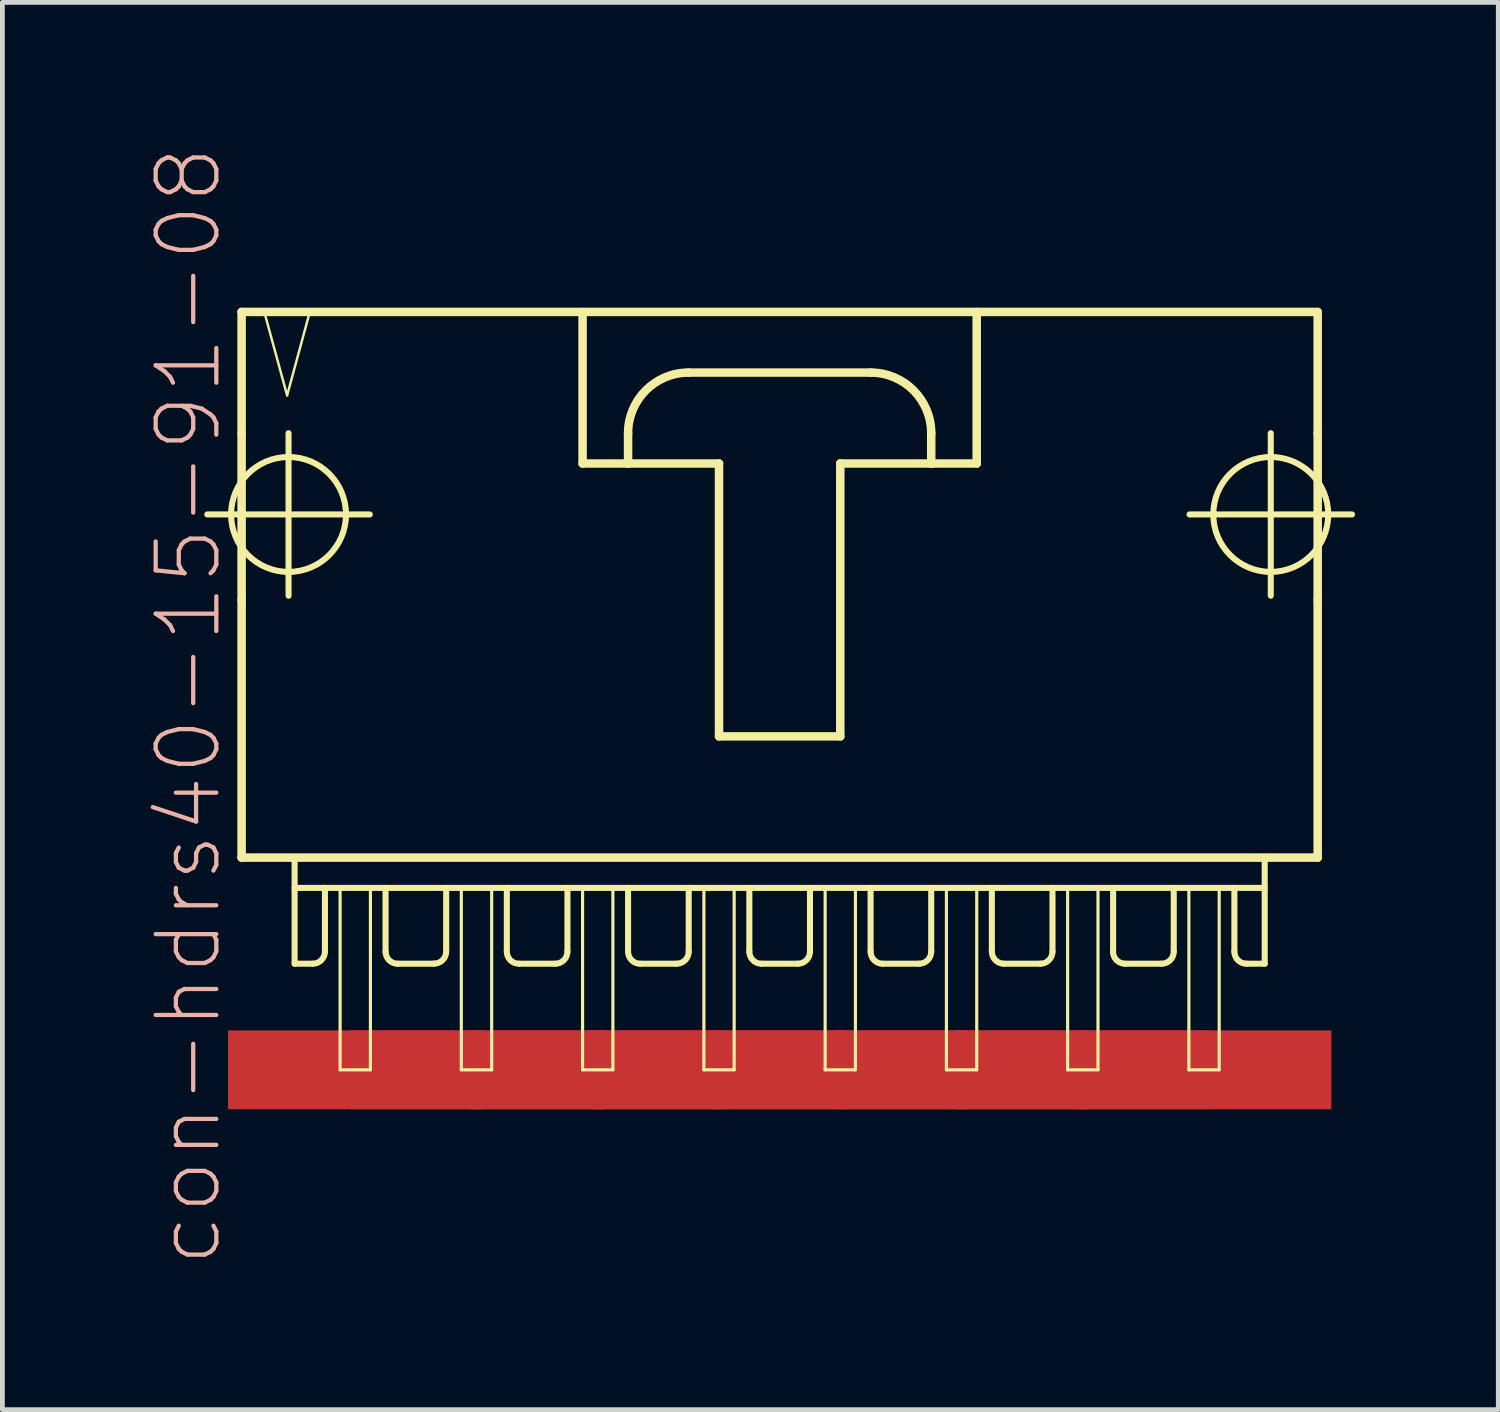
<source format=kicad_pcb>
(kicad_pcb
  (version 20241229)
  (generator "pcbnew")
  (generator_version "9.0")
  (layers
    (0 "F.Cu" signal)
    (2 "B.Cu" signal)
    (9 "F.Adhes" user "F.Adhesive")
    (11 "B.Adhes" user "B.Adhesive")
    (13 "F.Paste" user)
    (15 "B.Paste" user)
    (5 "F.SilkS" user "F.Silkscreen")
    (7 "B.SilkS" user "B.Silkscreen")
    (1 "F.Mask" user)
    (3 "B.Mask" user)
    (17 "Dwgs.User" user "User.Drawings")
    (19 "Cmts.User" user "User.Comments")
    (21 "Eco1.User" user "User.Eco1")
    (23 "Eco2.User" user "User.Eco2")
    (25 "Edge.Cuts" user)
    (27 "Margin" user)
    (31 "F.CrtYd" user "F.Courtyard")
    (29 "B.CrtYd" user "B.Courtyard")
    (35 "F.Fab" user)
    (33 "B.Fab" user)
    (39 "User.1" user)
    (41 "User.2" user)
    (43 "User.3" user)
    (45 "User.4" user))
  (footprint "con-hdrs40-15-91-08"
    (layer "F.Cu")
    (at 13.281 8.564)
    (property "Reference" "con-hdrs40-15-91-08" (at -12.383 3.175 90) (layer "B.SilkS") (effects (font (size 1.27 1.27) (thickness 0.089))))
    (attr smd)
    (fp_line (start -11.989 -0.838) (end -8.585 -0.838) (stroke (width 0.127) (type solid)) (layer "F.SilkS"))
    (fp_line (start -11.27 -5.08) (end -11.27 -2.54) (stroke (width 0.178) (type solid)) (layer "F.SilkS"))
    (fp_line (start -11.27 -2.54) (end -11.27 0.953) (stroke (width 0.178) (type solid)) (layer "F.SilkS"))
    (fp_line (start -11.27 0.953) (end -11.27 6.35) (stroke (width 0.178) (type solid)) (layer "F.SilkS"))
    (fp_line (start -11.27 6.35) (end 11.27 6.35) (stroke (width 0.178) (type solid)) (layer "F.SilkS"))
    (fp_line (start -10.795 -5.08) (end -10.317 -3.332) (stroke (width 0.051) (type solid)) (layer "F.SilkS"))
    (fp_line (start -10.317 -3.332) (end -9.842 -5.08) (stroke (width 0.051) (type solid)) (layer "F.SilkS"))
    (fp_line (start -10.287 0.864) (end -10.287 -2.54) (stroke (width 0.127) (type solid)) (layer "F.SilkS"))
    (fp_line (start -10.16 6.35) (end -10.16 8.572) (stroke (width 0.127) (type solid)) (layer "F.SilkS"))
    (fp_line (start -10.16 6.985) (end -9.525 6.985) (stroke (width 0.127) (type solid)) (layer "F.SilkS"))
    (fp_line (start -9.842 -5.08) (end -10.795 -5.08) (stroke (width 0.051) (type solid)) (layer "F.SilkS"))
    (fp_line (start -9.779 8.572) (end -10.16 8.572) (stroke (width 0.127) (type solid)) (layer "F.SilkS"))
    (fp_line (start -9.525 6.985) (end -9.525 8.319) (stroke (width 0.127) (type solid)) (layer "F.SilkS"))
    (fp_line (start -9.525 6.985) (end -8.255 6.985) (stroke (width 0.127) (type solid)) (layer "F.SilkS"))
    (fp_line (start -9.207 6.985) (end -8.572 6.985) (stroke (width 0.066) (type solid)) (layer "F.SilkS"))
    (fp_line (start -9.207 10.795) (end -9.207 6.985) (stroke (width 0.066) (type solid)) (layer "F.SilkS"))
    (fp_line (start -9.207 10.795) (end -8.572 10.795) (stroke (width 0.066) (type solid)) (layer "F.SilkS"))
    (fp_line (start -8.572 10.795) (end -8.572 6.985) (stroke (width 0.066) (type solid)) (layer "F.SilkS"))
    (fp_line (start -8.255 6.985) (end -8.255 8.319) (stroke (width 0.127) (type solid)) (layer "F.SilkS"))
    (fp_line (start -8.255 6.985) (end -6.985 6.985) (stroke (width 0.127) (type solid)) (layer "F.SilkS"))
    (fp_line (start -7.236 8.572) (end -8.001 8.572) (stroke (width 0.127) (type solid)) (layer "F.SilkS"))
    (fp_line (start -6.985 6.985) (end -6.985 8.319) (stroke (width 0.127) (type solid)) (layer "F.SilkS"))
    (fp_line (start -6.985 6.985) (end -5.715 6.985) (stroke (width 0.127) (type solid)) (layer "F.SilkS"))
    (fp_line (start -6.668 6.985) (end -6.032 6.985) (stroke (width 0.066) (type solid)) (layer "F.SilkS"))
    (fp_line (start -6.668 10.795) (end -6.668 6.985) (stroke (width 0.066) (type solid)) (layer "F.SilkS"))
    (fp_line (start -6.668 10.795) (end -6.032 10.795) (stroke (width 0.066) (type solid)) (layer "F.SilkS"))
    (fp_line (start -6.032 10.795) (end -6.032 6.985) (stroke (width 0.066) (type solid)) (layer "F.SilkS"))
    (fp_line (start -5.715 6.985) (end -5.715 8.319) (stroke (width 0.127) (type solid)) (layer "F.SilkS"))
    (fp_line (start -5.715 6.985) (end -4.445 6.985) (stroke (width 0.127) (type solid)) (layer "F.SilkS"))
    (fp_line (start -4.699 8.572) (end -5.461 8.572) (stroke (width 0.127) (type solid)) (layer "F.SilkS"))
    (fp_line (start -4.445 6.985) (end -4.445 8.319) (stroke (width 0.127) (type solid)) (layer "F.SilkS"))
    (fp_line (start -4.445 6.985) (end -3.175 6.985) (stroke (width 0.127) (type solid)) (layer "F.SilkS"))
    (fp_line (start -4.128 -5.077) (end -4.128 -1.905) (stroke (width 0.178) (type solid)) (layer "F.SilkS"))
    (fp_line (start -4.128 -1.905) (end -3.175 -1.905) (stroke (width 0.178) (type solid)) (layer "F.SilkS"))
    (fp_line (start -4.128 6.985) (end -3.493 6.985) (stroke (width 0.066) (type solid)) (layer "F.SilkS"))
    (fp_line (start -4.128 10.795) (end -4.128 6.985) (stroke (width 0.066) (type solid)) (layer "F.SilkS"))
    (fp_line (start -4.128 10.795) (end -3.493 10.795) (stroke (width 0.066) (type solid)) (layer "F.SilkS"))
    (fp_line (start -3.493 10.795) (end -3.493 6.985) (stroke (width 0.066) (type solid)) (layer "F.SilkS"))
    (fp_line (start -3.175 -1.905) (end -3.175 -2.54) (stroke (width 0.178) (type solid)) (layer "F.SilkS"))
    (fp_line (start -3.175 -1.905) (end -1.27 -1.905) (stroke (width 0.178) (type solid)) (layer "F.SilkS"))
    (fp_line (start -3.175 6.985) (end -3.175 8.319) (stroke (width 0.127) (type solid)) (layer "F.SilkS"))
    (fp_line (start -3.175 6.985) (end -1.905 6.985) (stroke (width 0.127) (type solid)) (layer "F.SilkS"))
    (fp_line (start -2.159 8.572) (end -2.921 8.572) (stroke (width 0.127) (type solid)) (layer "F.SilkS"))
    (fp_line (start -1.905 -3.81) (end 1.905 -3.81) (stroke (width 0.178) (type solid)) (layer "F.SilkS"))
    (fp_line (start -1.905 6.985) (end -1.905 8.319) (stroke (width 0.127) (type solid)) (layer "F.SilkS"))
    (fp_line (start -1.905 6.985) (end -0.635 6.985) (stroke (width 0.127) (type solid)) (layer "F.SilkS"))
    (fp_line (start -1.587 6.985) (end -0.953 6.985) (stroke (width 0.066) (type solid)) (layer "F.SilkS"))
    (fp_line (start -1.587 10.795) (end -1.587 6.985) (stroke (width 0.066) (type solid)) (layer "F.SilkS"))
    (fp_line (start -1.587 10.795) (end -0.953 10.795) (stroke (width 0.066) (type solid)) (layer "F.SilkS"))
    (fp_line (start -1.27 -1.905) (end -1.27 3.81) (stroke (width 0.178) (type solid)) (layer "F.SilkS"))
    (fp_line (start -1.27 3.81) (end 1.27 3.81) (stroke (width 0.178) (type solid)) (layer "F.SilkS"))
    (fp_line (start -0.953 10.795) (end -0.953 6.985) (stroke (width 0.066) (type solid)) (layer "F.SilkS"))
    (fp_line (start -0.635 6.985) (end -0.635 8.319) (stroke (width 0.127) (type solid)) (layer "F.SilkS"))
    (fp_line (start -0.635 6.985) (end 0.635 6.985) (stroke (width 0.127) (type solid)) (layer "F.SilkS"))
    (fp_line (start 0.381 8.572) (end -0.381 8.572) (stroke (width 0.127) (type solid)) (layer "F.SilkS"))
    (fp_line (start 0.635 6.985) (end 0.635 8.319) (stroke (width 0.127) (type solid)) (layer "F.SilkS"))
    (fp_line (start 0.635 6.985) (end 1.905 6.985) (stroke (width 0.127) (type solid)) (layer "F.SilkS"))
    (fp_line (start 0.953 6.985) (end 1.587 6.985) (stroke (width 0.066) (type solid)) (layer "F.SilkS"))
    (fp_line (start 0.953 10.795) (end 0.953 6.985) (stroke (width 0.066) (type solid)) (layer "F.SilkS"))
    (fp_line (start 0.953 10.795) (end 1.587 10.795) (stroke (width 0.066) (type solid)) (layer "F.SilkS"))
    (fp_line (start 1.27 -1.905) (end 3.175 -1.905) (stroke (width 0.178) (type solid)) (layer "F.SilkS"))
    (fp_line (start 1.27 3.81) (end 1.27 -1.905) (stroke (width 0.178) (type solid)) (layer "F.SilkS"))
    (fp_line (start 1.587 10.795) (end 1.587 6.985) (stroke (width 0.066) (type solid)) (layer "F.SilkS"))
    (fp_line (start 1.905 6.985) (end 1.905 8.319) (stroke (width 0.127) (type solid)) (layer "F.SilkS"))
    (fp_line (start 1.905 6.985) (end 3.175 6.985) (stroke (width 0.127) (type solid)) (layer "F.SilkS"))
    (fp_line (start 2.921 8.572) (end 2.159 8.572) (stroke (width 0.127) (type solid)) (layer "F.SilkS"))
    (fp_line (start 3.175 -2.54) (end 3.175 -1.905) (stroke (width 0.178) (type solid)) (layer "F.SilkS"))
    (fp_line (start 3.175 -1.905) (end 4.128 -1.905) (stroke (width 0.178) (type solid)) (layer "F.SilkS"))
    (fp_line (start 3.175 6.985) (end 3.175 8.319) (stroke (width 0.127) (type solid)) (layer "F.SilkS"))
    (fp_line (start 3.175 6.985) (end 4.445 6.985) (stroke (width 0.127) (type solid)) (layer "F.SilkS"))
    (fp_line (start 3.493 6.985) (end 4.128 6.985) (stroke (width 0.066) (type solid)) (layer "F.SilkS"))
    (fp_line (start 3.493 10.795) (end 3.493 6.985) (stroke (width 0.066) (type solid)) (layer "F.SilkS"))
    (fp_line (start 3.493 10.795) (end 4.128 10.795) (stroke (width 0.066) (type solid)) (layer "F.SilkS"))
    (fp_line (start 4.128 -1.905) (end 4.128 -5.08) (stroke (width 0.178) (type solid)) (layer "F.SilkS"))
    (fp_line (start 4.128 10.795) (end 4.128 6.985) (stroke (width 0.066) (type solid)) (layer "F.SilkS"))
    (fp_line (start 4.445 6.985) (end 4.445 8.319) (stroke (width 0.127) (type solid)) (layer "F.SilkS"))
    (fp_line (start 4.445 6.985) (end 5.715 6.985) (stroke (width 0.127) (type solid)) (layer "F.SilkS"))
    (fp_line (start 5.461 8.572) (end 4.699 8.572) (stroke (width 0.127) (type solid)) (layer "F.SilkS"))
    (fp_line (start 5.715 6.985) (end 5.715 8.319) (stroke (width 0.127) (type solid)) (layer "F.SilkS"))
    (fp_line (start 5.715 6.985) (end 6.985 6.985) (stroke (width 0.127) (type solid)) (layer "F.SilkS"))
    (fp_line (start 6.032 6.985) (end 6.668 6.985) (stroke (width 0.066) (type solid)) (layer "F.SilkS"))
    (fp_line (start 6.032 10.795) (end 6.032 6.985) (stroke (width 0.066) (type solid)) (layer "F.SilkS"))
    (fp_line (start 6.032 10.795) (end 6.668 10.795) (stroke (width 0.066) (type solid)) (layer "F.SilkS"))
    (fp_line (start 6.668 10.795) (end 6.668 6.985) (stroke (width 0.066) (type solid)) (layer "F.SilkS"))
    (fp_line (start 6.985 6.985) (end 6.985 8.319) (stroke (width 0.127) (type solid)) (layer "F.SilkS"))
    (fp_line (start 6.985 6.985) (end 8.255 6.985) (stroke (width 0.127) (type solid)) (layer "F.SilkS"))
    (fp_line (start 8.001 8.572) (end 7.236 8.572) (stroke (width 0.127) (type solid)) (layer "F.SilkS"))
    (fp_line (start 8.255 6.985) (end 8.255 8.319) (stroke (width 0.127) (type solid)) (layer "F.SilkS"))
    (fp_line (start 8.255 6.985) (end 9.525 6.985) (stroke (width 0.127) (type solid)) (layer "F.SilkS"))
    (fp_line (start 8.572 6.985) (end 9.207 6.985) (stroke (width 0.066) (type solid)) (layer "F.SilkS"))
    (fp_line (start 8.572 10.795) (end 8.572 6.985) (stroke (width 0.066) (type solid)) (layer "F.SilkS"))
    (fp_line (start 8.572 10.795) (end 9.207 10.795) (stroke (width 0.066) (type solid)) (layer "F.SilkS"))
    (fp_line (start 8.585 -0.838) (end 11.989 -0.838) (stroke (width 0.127) (type solid)) (layer "F.SilkS"))
    (fp_line (start 9.207 10.795) (end 9.207 6.985) (stroke (width 0.066) (type solid)) (layer "F.SilkS"))
    (fp_line (start 9.525 6.985) (end 9.525 8.319) (stroke (width 0.127) (type solid)) (layer "F.SilkS"))
    (fp_line (start 9.525 6.985) (end 10.16 6.985) (stroke (width 0.127) (type solid)) (layer "F.SilkS"))
    (fp_line (start 9.779 8.572) (end 10.16 8.572) (stroke (width 0.127) (type solid)) (layer "F.SilkS"))
    (fp_line (start 10.16 8.572) (end 10.16 6.35) (stroke (width 0.127) (type solid)) (layer "F.SilkS"))
    (fp_line (start 10.287 0.864) (end 10.287 -2.54) (stroke (width 0.127) (type solid)) (layer "F.SilkS"))
    (fp_line (start 11.27 -5.08) (end -11.27 -5.08) (stroke (width 0.178) (type solid)) (layer "F.SilkS"))
    (fp_line (start 11.27 -2.54) (end 11.27 -5.08) (stroke (width 0.178) (type solid)) (layer "F.SilkS"))
    (fp_line (start 11.27 -2.54) (end 11.27 0.953) (stroke (width 0.178) (type solid)) (layer "F.SilkS"))
    (fp_line (start 11.27 6.35) (end 11.27 0.953) (stroke (width 0.178) (type solid)) (layer "F.SilkS"))
    (fp_arc (start -9.525 8.3185) (mid -9.599395 8.498105) (end -9.779 8.5725) (stroke (width 0.127) (type solid)) (layer "F.SilkS"))
    (fp_arc (start -8.001 8.5725) (mid -8.180605 8.498105) (end -8.255 8.3185) (stroke (width 0.127) (type solid)) (layer "F.SilkS"))
    (fp_arc (start -6.985 8.3185) (mid -7.058651 8.496309) (end -7.23646 8.56996) (stroke (width 0.127) (type solid)) (layer "F.SilkS"))
    (fp_arc (start -5.461 8.5725) (mid -5.640605 8.498105) (end -5.715 8.3185) (stroke (width 0.127) (type solid)) (layer "F.SilkS"))
    (fp_arc (start -4.445 8.3185) (mid -4.519395 8.498105) (end -4.699 8.5725) (stroke (width 0.127) (type solid)) (layer "F.SilkS"))
    (fp_arc (start -3.175 -2.54) (mid -2.803026 -3.438026) (end -1.905 -3.81) (stroke (width 0.1778) (type solid)) (layer "F.SilkS"))
    (fp_arc (start -2.921 8.5725) (mid -3.100605 8.498105) (end -3.175 8.3185) (stroke (width 0.127) (type solid)) (layer "F.SilkS"))
    (fp_arc (start -1.905 8.3185) (mid -1.979395 8.498105) (end -2.159 8.5725) (stroke (width 0.127) (type solid)) (layer "F.SilkS"))
    (fp_arc (start -0.381 8.5725) (mid -0.560605 8.498105) (end -0.635 8.3185) (stroke (width 0.127) (type solid)) (layer "F.SilkS"))
    (fp_arc (start 0.635 8.3185) (mid 0.560605 8.498105) (end 0.381 8.5725) (stroke (width 0.127) (type solid)) (layer "F.SilkS"))
    (fp_arc (start 1.905 -3.81) (mid 2.803026 -3.438026) (end 3.175 -2.54) (stroke (width 0.1778) (type solid)) (layer "F.SilkS"))
    (fp_arc (start 2.159 8.5725) (mid 1.979395 8.498105) (end 1.905 8.3185) (stroke (width 0.127) (type solid)) (layer "F.SilkS"))
    (fp_arc (start 3.175 8.3185) (mid 3.100605 8.498105) (end 2.921 8.5725) (stroke (width 0.127) (type solid)) (layer "F.SilkS"))
    (fp_arc (start 4.699 8.5725) (mid 4.519395 8.498105) (end 4.445 8.3185) (stroke (width 0.127) (type solid)) (layer "F.SilkS"))
    (fp_arc (start 5.715 8.3185) (mid 5.640605 8.498105) (end 5.461 8.5725) (stroke (width 0.127) (type solid)) (layer "F.SilkS"))
    (fp_arc (start 7.23646 8.5725) (mid 7.056855 8.498105) (end 6.98246 8.3185) (stroke (width 0.127) (type solid)) (layer "F.SilkS"))
    (fp_arc (start 8.255 8.3185) (mid 8.180605 8.498105) (end 8.001 8.5725) (stroke (width 0.127) (type solid)) (layer "F.SilkS"))
    (fp_arc (start 9.779 8.5725) (mid 9.599395 8.498105) (end 9.525 8.3185) (stroke (width 0.127) (type solid)) (layer "F.SilkS"))
    (fp_circle (center -10.287 -0.838) (end -11.138 -1.689) (stroke (width 0.127) (type solid)) (fill no) (layer "F.SilkS"))
    (fp_circle (center 10.287 -0.838) (end 11.138 -1.689) (stroke (width 0.127) (type solid)) (fill no) (layer "F.SilkS"))
    (pad "1" smd rect (at -8.89 10.795) (size 5.334 1.651) (layers "F.Cu" "F.Mask" "F.Paste"))
    (pad "2" smd rect (at -6.35 10.795) (size 5.334 1.651) (layers "F.Cu" "F.Mask" "F.Paste"))
    (pad "3" smd rect (at -3.81 10.795) (size 5.334 1.651) (layers "F.Cu" "F.Mask" "F.Paste"))
    (pad "4" smd rect (at -1.27 10.795) (size 5.334 1.651) (layers "F.Cu" "F.Mask" "F.Paste"))
    (pad "5" smd rect (at 1.27 10.795) (size 5.334 1.651) (layers "F.Cu" "F.Mask" "F.Paste"))
    (pad "6" smd rect (at 3.81 10.795) (size 5.334 1.651) (layers "F.Cu" "F.Mask" "F.Paste"))
    (pad "7" smd rect (at 6.35 10.795) (size 5.334 1.651) (layers "F.Cu" "F.Mask" "F.Paste"))
    (pad "8" smd rect (at 8.89 10.795) (size 5.334 1.651) (layers "F.Cu" "F.Mask" "F.Paste")))
  (gr_rect
    (start -3 -3)
    (end 28.334 26.477)
    (stroke (width 0.1) (type default))
    (fill no)
    (layer "Edge.Cuts")))
</source>
